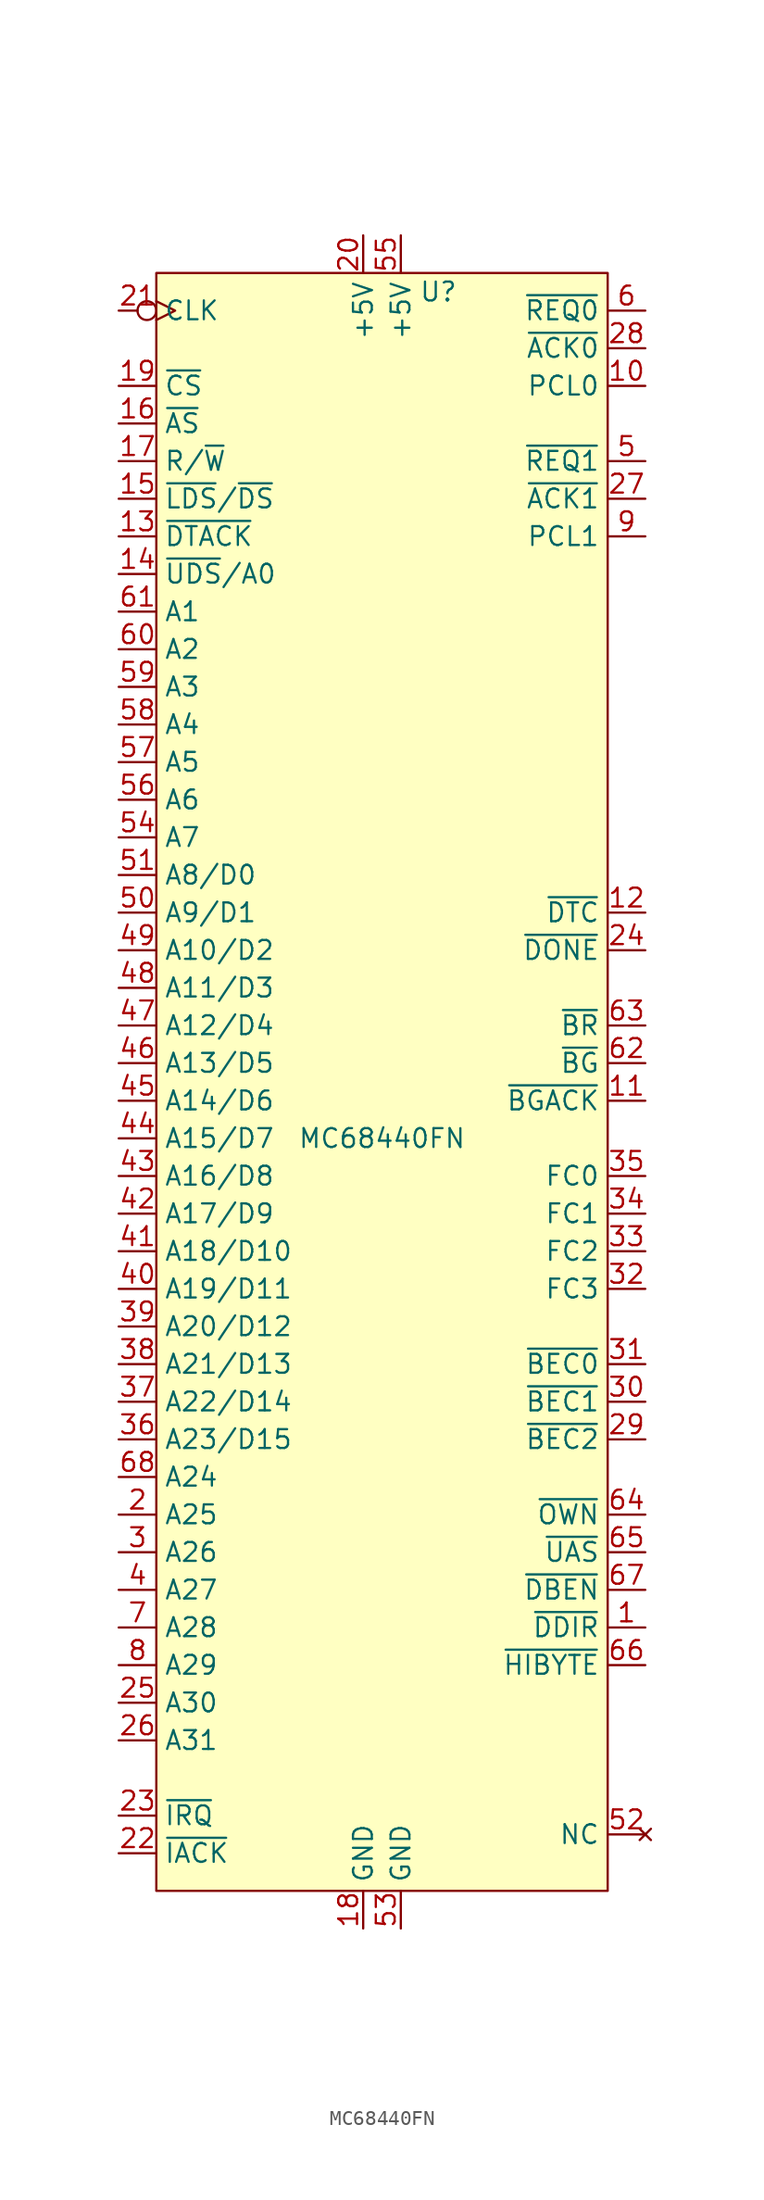
<source format=kicad_sym>
(kicad_symbol_lib
  (version 20220914)
  (generator kicad_symbol_editor)
  (symbol "MC68440FN"
    (property "Reference" "U"
      (at 3.81 57.15 0)
      (effects (font (size 1.27 1.27))))
    (property "Value" "MC68440FN"
      (at 0 0 0)
      (effects (font (size 1.27 1.27))))
    (symbol "MC68440FN_1_1"
      (rectangle (start -15.24 58.42) (end 15.24 -50.8) (stroke (width 0) (type default)) (fill (type background)))
      (pin output line (at 17.78 -33.02 180) (length 2.54) (name "~{DDIR}" (effects (font (size 1.27 1.27)))) (number "1" (effects (font (size 1.27 1.27)))))
      (pin bidirectional line (at 17.78 50.8 180) (length 2.54) (name "PCL0" (effects (font (size 1.27 1.27)))) (number "10" (effects (font (size 1.27 1.27)))))
      (pin bidirectional line (at 17.78 2.54 180) (length 2.54) (name "~{BGACK}" (effects (font (size 1.27 1.27)))) (number "11" (effects (font (size 1.27 1.27)))))
      (pin output line (at 17.78 15.24 180) (length 2.54) (name "~{DTC}" (effects (font (size 1.27 1.27)))) (number "12" (effects (font (size 1.27 1.27)))))
      (pin bidirectional line (at -17.78 40.64 0) (length 2.54) (name "~{DTACK}" (effects (font (size 1.27 1.27)))) (number "13" (effects (font (size 1.27 1.27)))))
      (pin bidirectional line (at -17.78 38.1 0) (length 2.54) (name "~{UDS}/A0" (effects (font (size 1.27 1.27)))) (number "14" (effects (font (size 1.27 1.27)))))
      (pin bidirectional line (at -17.78 43.18 0) (length 2.54) (name "~{LDS}/~{DS}" (effects (font (size 1.27 1.27)))) (number "15" (effects (font (size 1.27 1.27)))))
      (pin bidirectional line (at -17.78 48.26 0) (length 2.54) (name "~{AS}" (effects (font (size 1.27 1.27)))) (number "16" (effects (font (size 1.27 1.27)))))
      (pin bidirectional line (at -17.78 45.72 0) (length 2.54) (name "R/~{W}" (effects (font (size 1.27 1.27)))) (number "17" (effects (font (size 1.27 1.27)))))
      (pin power_in line (at -1.27 -53.34 90) (length 2.54) (name "GND" (effects (font (size 1.27 1.27)))) (number "18" (effects (font (size 1.27 1.27)))))
      (pin input line (at -17.78 50.8 0) (length 2.54) (name "~{CS}" (effects (font (size 1.27 1.27)))) (number "19" (effects (font (size 1.27 1.27)))))
      (pin output line (at -17.78 -25.4 0) (length 2.54) (name "A25" (effects (font (size 1.27 1.27)))) (number "2" (effects (font (size 1.27 1.27)))))
      (pin power_in line (at -1.27 60.96 270) (length 2.54) (name "+5V" (effects (font (size 1.27 1.27)))) (number "20" (effects (font (size 1.27 1.27)))))
      (pin input inverted_clock (at -17.78 55.88 0) (length 2.54) (name "CLK" (effects (font (size 1.27 1.27)))) (number "21" (effects (font (size 1.27 1.27)))))
      (pin input line (at -17.78 -48.26 0) (length 2.54) (name "~{IACK}" (effects (font (size 1.27 1.27)))) (number "22" (effects (font (size 1.27 1.27)))))
      (pin output line (at -17.78 -45.72 0) (length 2.54) (name "~{IRQ}" (effects (font (size 1.27 1.27)))) (number "23" (effects (font (size 1.27 1.27)))))
      (pin bidirectional line (at 17.78 12.7 180) (length 2.54) (name "~{DONE}" (effects (font (size 1.27 1.27)))) (number "24" (effects (font (size 1.27 1.27)))))
      (pin output line (at -17.78 -38.1 0) (length 2.54) (name "A30" (effects (font (size 1.27 1.27)))) (number "25" (effects (font (size 1.27 1.27)))))
      (pin output line (at -17.78 -40.64 0) (length 2.54) (name "A31" (effects (font (size 1.27 1.27)))) (number "26" (effects (font (size 1.27 1.27)))))
      (pin output line (at 17.78 43.18 180) (length 2.54) (name "~{ACK1}" (effects (font (size 1.27 1.27)))) (number "27" (effects (font (size 1.27 1.27)))))
      (pin output line (at 17.78 53.34 180) (length 2.54) (name "~{ACK0}" (effects (font (size 1.27 1.27)))) (number "28" (effects (font (size 1.27 1.27)))))
      (pin input line (at 17.78 -20.32 180) (length 2.54) (name "~{BEC2}" (effects (font (size 1.27 1.27)))) (number "29" (effects (font (size 1.27 1.27)))))
      (pin output line (at -17.78 -27.94 0) (length 2.54) (name "A26" (effects (font (size 1.27 1.27)))) (number "3" (effects (font (size 1.27 1.27)))))
      (pin input line (at 17.78 -17.78 180) (length 2.54) (name "~{BEC1}" (effects (font (size 1.27 1.27)))) (number "30" (effects (font (size 1.27 1.27)))))
      (pin input line (at 17.78 -15.24 180) (length 2.54) (name "~{BEC0}" (effects (font (size 1.27 1.27)))) (number "31" (effects (font (size 1.27 1.27)))))
      (pin output line (at 17.78 -10.16 180) (length 2.54) (name "FC3" (effects (font (size 1.27 1.27)))) (number "32" (effects (font (size 1.27 1.27)))))
      (pin output line (at 17.78 -7.62 180) (length 2.54) (name "FC2" (effects (font (size 1.27 1.27)))) (number "33" (effects (font (size 1.27 1.27)))))
      (pin output line (at 17.78 -5.08 180) (length 2.54) (name "FC1" (effects (font (size 1.27 1.27)))) (number "34" (effects (font (size 1.27 1.27)))))
      (pin output line (at 17.78 -2.54 180) (length 2.54) (name "FC0" (effects (font (size 1.27 1.27)))) (number "35" (effects (font (size 1.27 1.27)))))
      (pin output line (at -17.78 -20.32 0) (length 2.54) (name "A23/D15" (effects (font (size 1.27 1.27)))) (number "36" (effects (font (size 1.27 1.27)))))
      (pin output line (at -17.78 -17.78 0) (length 2.54) (name "A22/D14" (effects (font (size 1.27 1.27)))) (number "37" (effects (font (size 1.27 1.27)))))
      (pin output line (at -17.78 -15.24 0) (length 2.54) (name "A21/D13" (effects (font (size 1.27 1.27)))) (number "38" (effects (font (size 1.27 1.27)))))
      (pin output line (at -17.78 -12.7 0) (length 2.54) (name "A20/D12" (effects (font (size 1.27 1.27)))) (number "39" (effects (font (size 1.27 1.27)))))
      (pin output line (at -17.78 -30.48 0) (length 2.54) (name "A27" (effects (font (size 1.27 1.27)))) (number "4" (effects (font (size 1.27 1.27)))))
      (pin output line (at -17.78 -10.16 0) (length 2.54) (name "A19/D11" (effects (font (size 1.27 1.27)))) (number "40" (effects (font (size 1.27 1.27)))))
      (pin output line (at -17.78 -7.62 0) (length 2.54) (name "A18/D10" (effects (font (size 1.27 1.27)))) (number "41" (effects (font (size 1.27 1.27)))))
      (pin output line (at -17.78 -5.08 0) (length 2.54) (name "A17/D9" (effects (font (size 1.27 1.27)))) (number "42" (effects (font (size 1.27 1.27)))))
      (pin output line (at -17.78 -2.54 0) (length 2.54) (name "A16/D8" (effects (font (size 1.27 1.27)))) (number "43" (effects (font (size 1.27 1.27)))))
      (pin output line (at -17.78 0 0) (length 2.54) (name "A15/D7" (effects (font (size 1.27 1.27)))) (number "44" (effects (font (size 1.27 1.27)))))
      (pin output line (at -17.78 2.54 0) (length 2.54) (name "A14/D6" (effects (font (size 1.27 1.27)))) (number "45" (effects (font (size 1.27 1.27)))))
      (pin output line (at -17.78 5.08 0) (length 2.54) (name "A13/D5" (effects (font (size 1.27 1.27)))) (number "46" (effects (font (size 1.27 1.27)))))
      (pin output line (at -17.78 7.62 0) (length 2.54) (name "A12/D4" (effects (font (size 1.27 1.27)))) (number "47" (effects (font (size 1.27 1.27)))))
      (pin output line (at -17.78 10.16 0) (length 2.54) (name "A11/D3" (effects (font (size 1.27 1.27)))) (number "48" (effects (font (size 1.27 1.27)))))
      (pin output line (at -17.78 12.7 0) (length 2.54) (name "A10/D2" (effects (font (size 1.27 1.27)))) (number "49" (effects (font (size 1.27 1.27)))))
      (pin input line (at 17.78 45.72 180) (length 2.54) (name "~{REQ1}" (effects (font (size 1.27 1.27)))) (number "5" (effects (font (size 1.27 1.27)))))
      (pin output line (at -17.78 15.24 0) (length 2.54) (name "A9/D1" (effects (font (size 1.27 1.27)))) (number "50" (effects (font (size 1.27 1.27)))))
      (pin output line (at -17.78 17.78 0) (length 2.54) (name "A8/D0" (effects (font (size 1.27 1.27)))) (number "51" (effects (font (size 1.27 1.27)))))
      (pin no_connect line (at 17.78 -46.99 180) (length 2.54) (name "NC" (effects (font (size 1.27 1.27)))) (number "52" (effects (font (size 1.27 1.27)))))
      (pin power_in line (at 1.27 -53.34 90) (length 2.54) (name "GND" (effects (font (size 1.27 1.27)))) (number "53" (effects (font (size 1.27 1.27)))))
      (pin bidirectional line (at -17.78 20.32 0) (length 2.54) (name "A7" (effects (font (size 1.27 1.27)))) (number "54" (effects (font (size 1.27 1.27)))))
      (pin power_in line (at 1.27 60.96 270) (length 2.54) (name "+5V" (effects (font (size 1.27 1.27)))) (number "55" (effects (font (size 1.27 1.27)))))
      (pin bidirectional line (at -17.78 22.86 0) (length 2.54) (name "A6" (effects (font (size 1.27 1.27)))) (number "56" (effects (font (size 1.27 1.27)))))
      (pin bidirectional line (at -17.78 25.4 0) (length 2.54) (name "A5" (effects (font (size 1.27 1.27)))) (number "57" (effects (font (size 1.27 1.27)))))
      (pin bidirectional line (at -17.78 27.94 0) (length 2.54) (name "A4" (effects (font (size 1.27 1.27)))) (number "58" (effects (font (size 1.27 1.27)))))
      (pin bidirectional line (at -17.78 30.48 0) (length 2.54) (name "A3" (effects (font (size 1.27 1.27)))) (number "59" (effects (font (size 1.27 1.27)))))
      (pin input line (at 17.78 55.88 180) (length 2.54) (name "~{REQ0}" (effects (font (size 1.27 1.27)))) (number "6" (effects (font (size 1.27 1.27)))))
      (pin bidirectional line (at -17.78 33.02 0) (length 2.54) (name "A2" (effects (font (size 1.27 1.27)))) (number "60" (effects (font (size 1.27 1.27)))))
      (pin bidirectional line (at -17.78 35.56 0) (length 2.54) (name "A1" (effects (font (size 1.27 1.27)))) (number "61" (effects (font (size 1.27 1.27)))))
      (pin input line (at 17.78 5.08 180) (length 2.54) (name "~{BG}" (effects (font (size 1.27 1.27)))) (number "62" (effects (font (size 1.27 1.27)))))
      (pin output line (at 17.78 7.62 180) (length 2.54) (name "~{BR}" (effects (font (size 1.27 1.27)))) (number "63" (effects (font (size 1.27 1.27)))))
      (pin output line (at 17.78 -25.4 180) (length 2.54) (name "~{OWN}" (effects (font (size 1.27 1.27)))) (number "64" (effects (font (size 1.27 1.27)))))
      (pin output line (at 17.78 -27.94 180) (length 2.54) (name "~{UAS}" (effects (font (size 1.27 1.27)))) (number "65" (effects (font (size 1.27 1.27)))))
      (pin output line (at 17.78 -35.56 180) (length 2.54) (name "~{HIBYTE}" (effects (font (size 1.27 1.27)))) (number "66" (effects (font (size 1.27 1.27)))))
      (pin output line (at 17.78 -30.48 180) (length 2.54) (name "~{DBEN}" (effects (font (size 1.27 1.27)))) (number "67" (effects (font (size 1.27 1.27)))))
      (pin output line (at -17.78 -22.86 0) (length 2.54) (name "A24" (effects (font (size 1.27 1.27)))) (number "68" (effects (font (size 1.27 1.27)))))
      (pin output line (at -17.78 -33.02 0) (length 2.54) (name "A28" (effects (font (size 1.27 1.27)))) (number "7" (effects (font (size 1.27 1.27)))))
      (pin output line (at -17.78 -35.56 0) (length 2.54) (name "A29" (effects (font (size 1.27 1.27)))) (number "8" (effects (font (size 1.27 1.27)))))
      (pin bidirectional line (at 17.78 40.64 180) (length 2.54) (name "PCL1" (effects (font (size 1.27 1.27)))) (number "9" (effects (font (size 1.27 1.27))))))))
</source>
